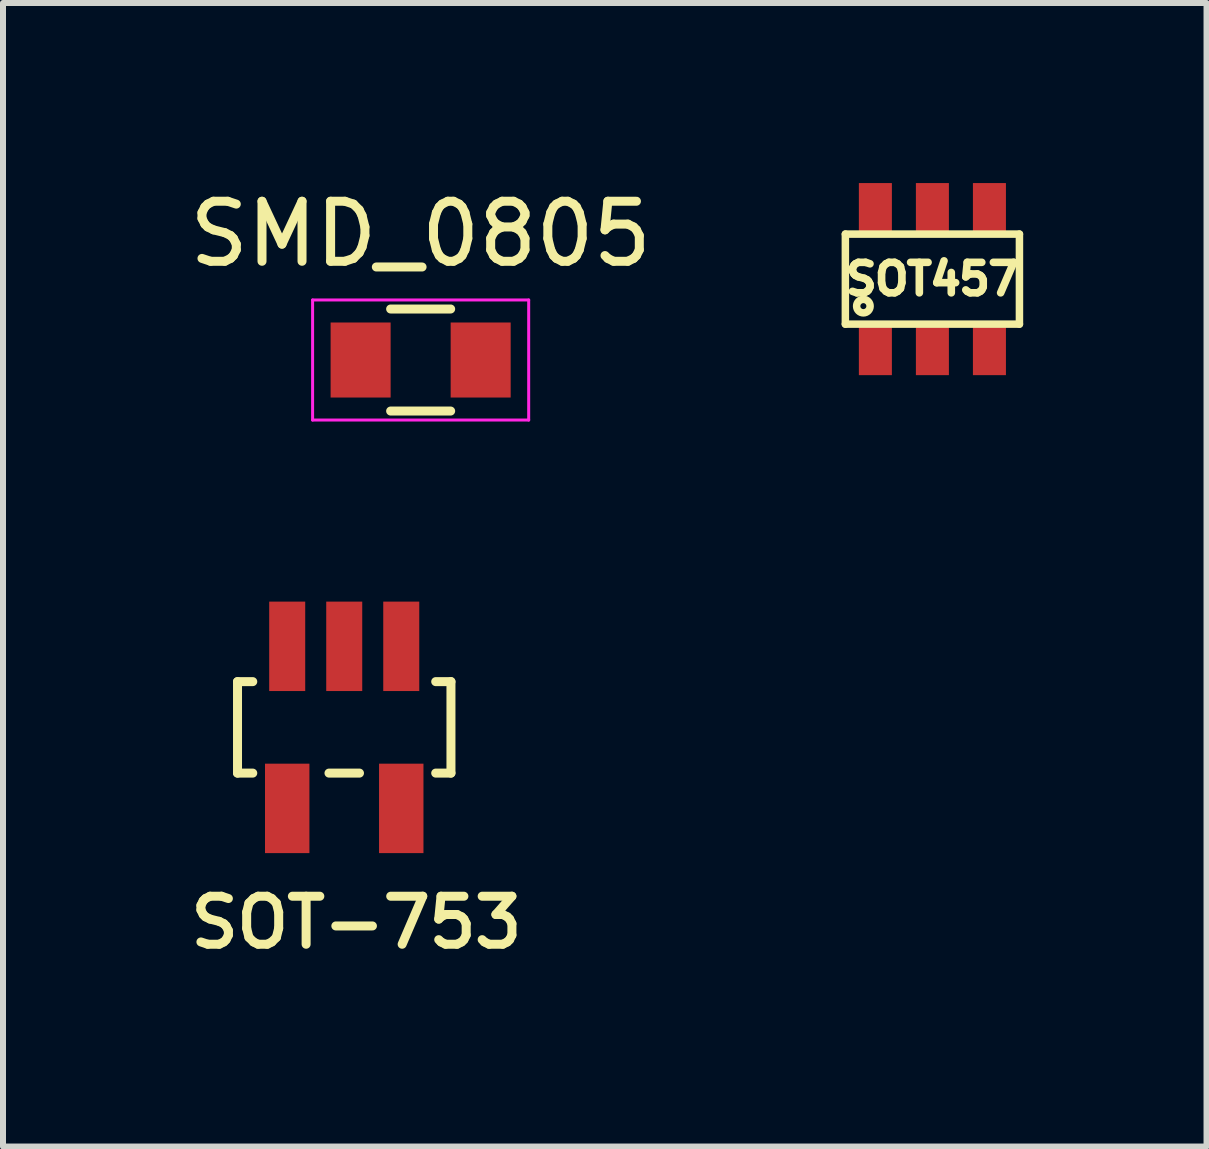
<source format=kicad_pcb>
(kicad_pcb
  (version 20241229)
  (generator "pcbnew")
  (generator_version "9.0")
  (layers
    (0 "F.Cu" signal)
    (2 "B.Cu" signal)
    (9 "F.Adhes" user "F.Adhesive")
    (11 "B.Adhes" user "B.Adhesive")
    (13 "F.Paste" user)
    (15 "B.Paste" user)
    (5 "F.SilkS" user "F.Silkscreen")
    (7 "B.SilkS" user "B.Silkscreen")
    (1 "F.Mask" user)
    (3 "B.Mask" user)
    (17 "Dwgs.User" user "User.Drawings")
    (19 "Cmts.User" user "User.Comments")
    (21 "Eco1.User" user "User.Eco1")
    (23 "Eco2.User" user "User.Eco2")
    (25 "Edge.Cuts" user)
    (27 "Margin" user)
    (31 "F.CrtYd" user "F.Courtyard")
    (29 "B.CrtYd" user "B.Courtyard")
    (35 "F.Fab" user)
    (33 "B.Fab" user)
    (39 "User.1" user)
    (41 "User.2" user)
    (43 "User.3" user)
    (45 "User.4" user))
  (footprint "SOT457"
    (layer "F.Cu")
    (at 12.484 1.6)
    (property "Reference" "SOT457" (at 0 0 0) (layer "F.SilkS") (effects (font (size 0.508 0.508) (thickness 0.127))))
    (attr through_hole)
    (fp_line (start -1.45 -0.75) (end 1.45 -0.75) (stroke (width 0.125) (type solid)) (layer "F.SilkS"))
    (fp_line (start -1.45 0.75) (end -1.45 -0.75) (stroke (width 0.125) (type solid)) (layer "F.SilkS"))
    (fp_line (start 1.45 -0.75) (end 1.45 0.75) (stroke (width 0.125) (type solid)) (layer "F.SilkS"))
    (fp_line (start 1.45 0.75) (end -1.45 0.75) (stroke (width 0.125) (type solid)) (layer "F.SilkS"))
    (fp_circle (center -1.15 0.45) (end -1.15 0.5) (stroke (width 0.125) (type solid)) (fill no) (layer "F.SilkS"))
    (pad "1" smd rect (at -0.95 1.2) (size 0.55 0.8) (layers "F.Cu" "F.Mask" "F.Paste"))
    (pad "2" smd rect (at 0 1.2) (size 0.55 0.8) (layers "F.Cu" "F.Mask" "F.Paste"))
    (pad "3" smd rect (at 0.95 1.2) (size 0.55 0.8) (layers "F.Cu" "F.Mask" "F.Paste"))
    (pad "4" smd rect (at 0.95 -1.2) (size 0.55 0.8) (layers "F.Cu" "F.Mask" "F.Paste"))
    (pad "5" smd rect (at 0 -1.2) (size 0.55 0.8) (layers "F.Cu" "F.Mask" "F.Paste"))
    (pad "6" smd rect (at -0.95 -1.2) (size 0.55 0.8) (layers "F.Cu" "F.Mask" "F.Paste")))
  (footprint "SMD_0805"
    (layer "F.Cu")
    (at 3.958 2.948)
    (property "Reference" "SMD_0805" (at 0 -2.1 0) (layer "F.SilkS") (effects (font (size 1 1) (thickness 0.15))))
    (attr smd)
    (fp_line (start -0.5 0.85) (end 0.5 0.85) (stroke (width 0.15) (type solid)) (layer "F.SilkS"))
    (fp_line (start 0.5 -0.85) (end -0.5 -0.85) (stroke (width 0.15) (type solid)) (layer "F.SilkS"))
    (fp_line (start -1.8 -1) (end -1.8 1) (stroke (width 0.05) (type solid)) (layer "F.CrtYd"))
    (fp_line (start -1.8 -1) (end 1.8 -1) (stroke (width 0.05) (type solid)) (layer "F.CrtYd"))
    (fp_line (start -1.8 1) (end 1.8 1) (stroke (width 0.05) (type solid)) (layer "F.CrtYd"))
    (fp_line (start 1.8 -1) (end 1.8 1) (stroke (width 0.05) (type solid)) (layer "F.CrtYd"))
    (pad "1" smd rect (at -1 0) (size 1 1.25) (layers "F.Cu" "F.Mask" "F.Paste"))
    (pad "2" smd rect (at 1 0) (size 1 1.25) (layers "F.Cu" "F.Mask" "F.Paste")))
  (footprint "SOT-753"
    (layer "F.Cu")
    (at 2.685 9.068)
    (property "Reference" "SOT-753" (at 0.203 3.251 0) (layer "F.SilkS") (effects (font (size 0.8 0.8) (thickness 0.15))))
    (attr through_hole)
    (fp_line (start -1.778 -0.762) (end -1.778 0.762) (stroke (width 0.15) (type solid)) (layer "F.SilkS"))
    (fp_line (start -1.778 0.762) (end -1.524 0.762) (stroke (width 0.15) (type solid)) (layer "F.SilkS"))
    (fp_line (start -1.524 -0.762) (end -1.778 -0.762) (stroke (width 0.15) (type solid)) (layer "F.SilkS"))
    (fp_line (start -0.254 0.762) (end 0.254 0.762) (stroke (width 0.15) (type solid)) (layer "F.SilkS"))
    (fp_line (start 1.524 -0.762) (end 1.778 -0.762) (stroke (width 0.15) (type solid)) (layer "F.SilkS"))
    (fp_line (start 1.778 -0.762) (end 1.778 0.762) (stroke (width 0.15) (type solid)) (layer "F.SilkS"))
    (fp_line (start 1.778 0.762) (end 1.524 0.762) (stroke (width 0.15) (type solid)) (layer "F.SilkS"))
    (pad "1" smd rect (at 0.95 -1.35) (size 0.6 1.49) (layers "F.Cu" "F.Mask" "F.Paste"))
    (pad "2" smd rect (at 0 -1.35) (size 0.6 1.49) (layers "F.Cu" "F.Mask" "F.Paste"))
    (pad "3" smd rect (at -0.95 -1.35) (size 0.6 1.49) (layers "F.Cu" "F.Mask" "F.Paste"))
    (pad "4" smd rect (at -0.95 1.35) (size 0.74 1.49) (layers "F.Cu" "F.Mask" "F.Paste"))
    (pad "5" smd rect (at 0.95 1.35) (size 0.74 1.49) (layers "F.Cu" "F.Mask" "F.Paste")))
  (gr_rect
    (start -3 -3)
    (end 17.051 16.051)
    (stroke (width 0.1) (type default))
    (fill no)
    (layer "Edge.Cuts")))
</source>
